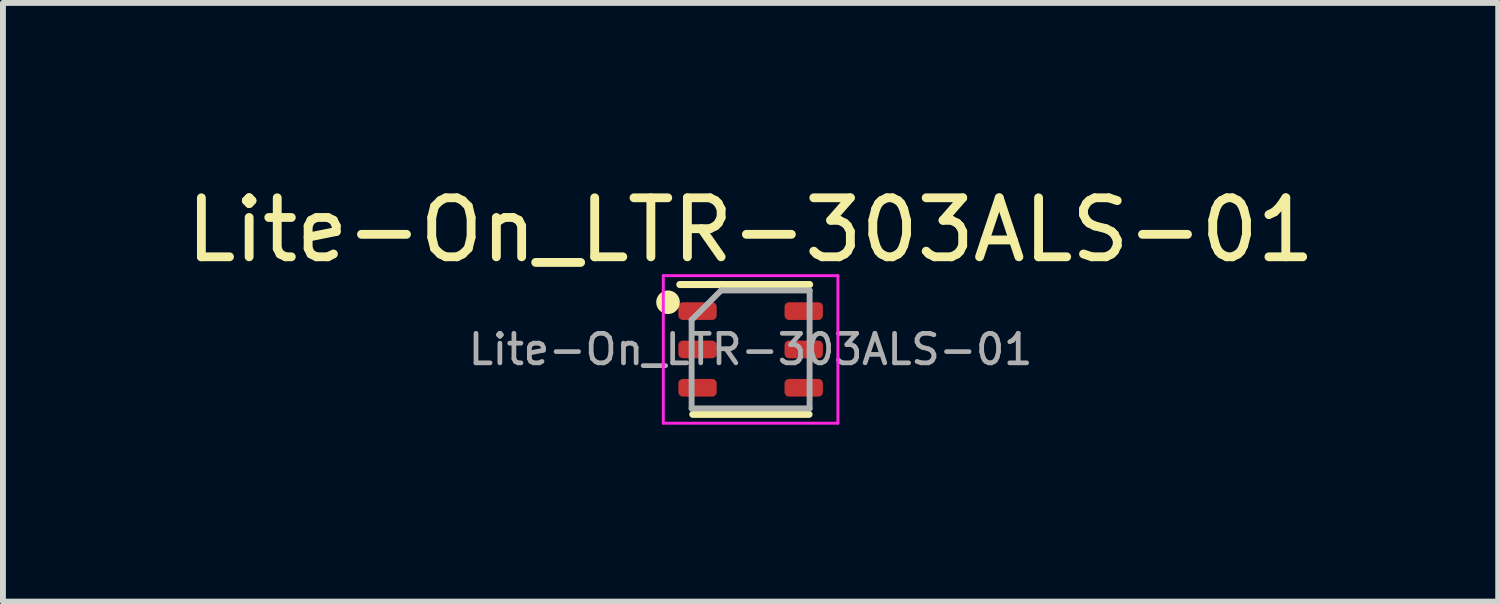
<source format=kicad_pcb>
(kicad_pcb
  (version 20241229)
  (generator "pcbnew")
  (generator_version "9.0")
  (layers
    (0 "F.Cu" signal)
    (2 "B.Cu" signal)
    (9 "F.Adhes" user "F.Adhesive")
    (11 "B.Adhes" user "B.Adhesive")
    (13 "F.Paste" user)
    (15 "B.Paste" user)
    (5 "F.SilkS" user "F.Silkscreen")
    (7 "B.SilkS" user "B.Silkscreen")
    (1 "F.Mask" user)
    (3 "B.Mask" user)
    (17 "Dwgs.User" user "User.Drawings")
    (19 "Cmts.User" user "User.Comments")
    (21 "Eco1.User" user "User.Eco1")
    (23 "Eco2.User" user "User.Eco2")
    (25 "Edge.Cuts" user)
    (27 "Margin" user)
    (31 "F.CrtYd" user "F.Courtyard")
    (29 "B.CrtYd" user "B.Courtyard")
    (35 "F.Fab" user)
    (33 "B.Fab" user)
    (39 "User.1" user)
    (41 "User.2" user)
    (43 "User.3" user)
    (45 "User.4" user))
  (footprint "Lite-On_LTR-303ALS-01"
    (layer "F.Cu")
    (at 9.673 2.873)
    (property "Reference" "Lite-On_LTR-303ALS-01" (at 0 -2.025 0) (layer "F.SilkS") (effects (font (size 1 1) (thickness 0.15))))
    (attr smd)
    (fp_line (start -1.2 -1.1) (end 1 -1.1) (stroke (width 0.12) (type solid)) (layer "F.SilkS"))
    (fp_line (start -0.98 1.1) (end 0.99 1.1) (stroke (width 0.12) (type solid)) (layer "F.SilkS"))
    (fp_circle (center -1.4 -0.8) (end -1.4 -0.8) (stroke (width 0.2) (type solid)) (fill no) (layer "F.SilkS"))
    (fp_line (start -1.48 -1.25) (end -1.48 1.25) (stroke (width 0.05) (type solid)) (layer "F.CrtYd"))
    (fp_line (start -1.48 1.25) (end 1.48 1.25) (stroke (width 0.05) (type solid)) (layer "F.CrtYd"))
    (fp_line (start 1.48 -1.25) (end -1.48 -1.25) (stroke (width 0.05) (type solid)) (layer "F.CrtYd"))
    (fp_line (start 1.48 1.25) (end 1.48 -1.25) (stroke (width 0.05) (type solid)) (layer "F.CrtYd"))
    (fp_line (start -1 -0.5) (end -0.5 -1) (stroke (width 0.1) (type solid)) (layer "F.Fab"))
    (fp_line (start -1 1) (end -1 -0.5) (stroke (width 0.1) (type solid)) (layer "F.Fab"))
    (fp_line (start -0.5 -1) (end 1 -1) (stroke (width 0.1) (type solid)) (layer "F.Fab"))
    (fp_line (start 1 -1) (end 1 1) (stroke (width 0.1) (type solid)) (layer "F.Fab"))
    (fp_line (start 1 1) (end -1 1) (stroke (width 0.1) (type solid)) (layer "F.Fab"))
    (fp_text user "${REFERENCE}" (at 0 0 0) (layer "F.Fab") (effects (font (size 0.5 0.5) (thickness 0.08))))
    (pad "1" smd roundrect (at -0.9 -0.65) (size 0.65 0.3) (layers "F.Cu" "F.Mask" "F.Paste") (roundrect_rratio 0.25))
    (pad "2" smd roundrect (at -0.9 0) (size 0.65 0.3) (layers "F.Cu" "F.Mask" "F.Paste") (roundrect_rratio 0.25))
    (pad "3" smd roundrect (at -0.9 0.65) (size 0.65 0.3) (layers "F.Cu" "F.Mask" "F.Paste") (roundrect_rratio 0.25))
    (pad "4" smd roundrect (at 0.9 0.65) (size 0.65 0.3) (layers "F.Cu" "F.Mask" "F.Paste") (roundrect_rratio 0.25))
    (pad "5" smd roundrect (at 0.9 0) (size 0.65 0.3) (layers "F.Cu" "F.Mask" "F.Paste") (roundrect_rratio 0.25))
    (pad "6" smd roundrect (at 0.9 -0.65) (size 0.65 0.3) (layers "F.Cu" "F.Mask" "F.Paste") (roundrect_rratio 0.25)))
  (gr_rect
    (start -3 -3)
    (end 22.345 7.148)
    (stroke (width 0.1) (type default))
    (fill no)
    (layer "Edge.Cuts")))
</source>
